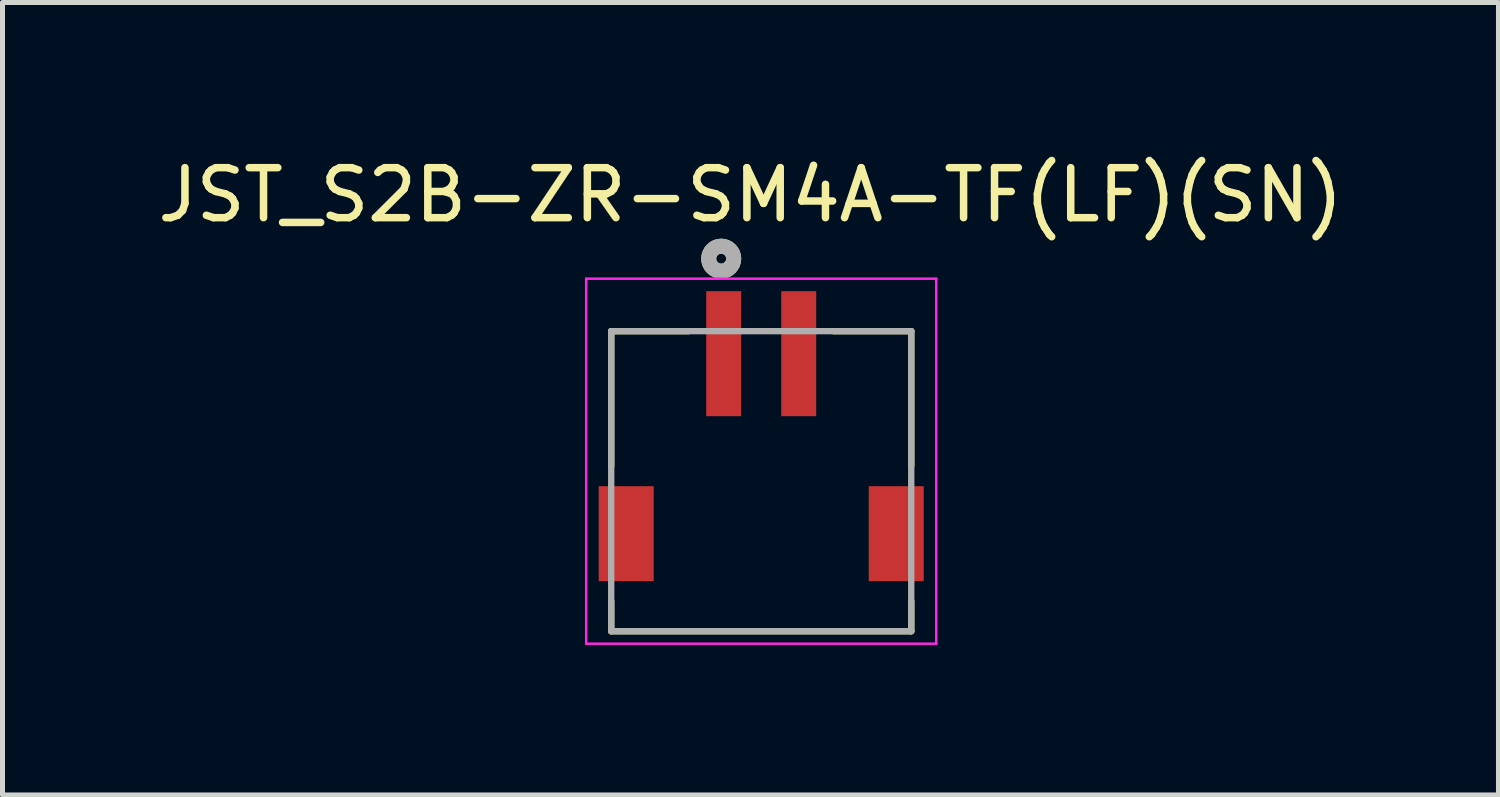
<source format=kicad_pcb>
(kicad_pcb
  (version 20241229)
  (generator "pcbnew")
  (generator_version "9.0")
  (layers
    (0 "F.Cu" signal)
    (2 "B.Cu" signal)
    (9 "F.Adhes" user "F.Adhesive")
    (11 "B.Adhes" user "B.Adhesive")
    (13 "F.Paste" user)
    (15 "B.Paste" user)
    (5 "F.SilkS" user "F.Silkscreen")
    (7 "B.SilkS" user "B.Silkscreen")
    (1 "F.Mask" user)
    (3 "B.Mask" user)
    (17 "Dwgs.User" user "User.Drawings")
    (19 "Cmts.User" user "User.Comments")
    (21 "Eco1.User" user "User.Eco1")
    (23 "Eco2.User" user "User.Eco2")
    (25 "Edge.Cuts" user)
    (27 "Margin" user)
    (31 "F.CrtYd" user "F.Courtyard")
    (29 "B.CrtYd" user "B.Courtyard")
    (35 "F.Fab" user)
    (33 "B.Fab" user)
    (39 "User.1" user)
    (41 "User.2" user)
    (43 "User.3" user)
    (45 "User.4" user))
  (footprint "JST_S2B-ZR-SM4A-TF(LF)(SN)"
    (layer "F.Cu")
    (at 12.173 6.173)
    (property "Reference" "JST_S2B-ZR-SM4A-TF(LF)(SN)" (at -0.215 -5.325 0) (layer "F.SilkS") (effects (font (size 1 1) (thickness 0.15))))
    (attr through_hole)
    (fp_line (start -3 -2.6) (end -3 0.1) (stroke (width 0.127) (type solid)) (layer "F.SilkS"))
    (fp_line (start -3 2.8) (end -3 3.4) (stroke (width 0.127) (type solid)) (layer "F.SilkS"))
    (fp_line (start -3 3.4) (end 3 3.4) (stroke (width 0.127) (type solid)) (layer "F.SilkS"))
    (fp_line (start -1.45 -2.6) (end -3 -2.6) (stroke (width 0.127) (type solid)) (layer "F.SilkS"))
    (fp_line (start 1.45 -2.6) (end 3 -2.6) (stroke (width 0.127) (type solid)) (layer "F.SilkS"))
    (fp_line (start 3 -2.6) (end 3 0.1) (stroke (width 0.127) (type solid)) (layer "F.SilkS"))
    (fp_line (start 3 3.4) (end 3 2.8) (stroke (width 0.127) (type solid)) (layer "F.SilkS"))
    (fp_circle (center -0.8 -4.05) (end -0.7 -4.05) (stroke (width 0.3) (type solid)) (fill no) (layer "F.SilkS"))
    (fp_line (start -3.5 -3.65) (end 3.5 -3.65) (stroke (width 0.05) (type solid)) (layer "F.CrtYd"))
    (fp_line (start -3.5 3.65) (end -3.5 -3.65) (stroke (width 0.05) (type solid)) (layer "F.CrtYd"))
    (fp_line (start 3.5 -3.65) (end 3.5 3.65) (stroke (width 0.05) (type solid)) (layer "F.CrtYd"))
    (fp_line (start 3.5 3.65) (end -3.5 3.65) (stroke (width 0.05) (type solid)) (layer "F.CrtYd"))
    (fp_line (start -3 -2.6) (end 3 -2.6) (stroke (width 0.127) (type solid)) (layer "F.Fab"))
    (fp_line (start -3 3.4) (end -3 -2.6) (stroke (width 0.127) (type solid)) (layer "F.Fab"))
    (fp_line (start 3 -2.6) (end 3 3.4) (stroke (width 0.127) (type solid)) (layer "F.Fab"))
    (fp_line (start 3 3.4) (end -3 3.4) (stroke (width 0.127) (type solid)) (layer "F.Fab"))
    (fp_circle (center -0.8 -4.05) (end -0.7 -4.05) (stroke (width 0.3) (type solid)) (fill no) (layer "F.Fab"))
    (pad "1" smd rect (at -0.75 -2.15) (size 0.7 2.5) (layers "F.Cu" "F.Mask" "F.Paste"))
    (pad "2" smd rect (at 0.75 -2.15) (size 0.7 2.5) (layers "F.Cu" "F.Mask" "F.Paste"))
    (pad "S1" smd rect (at -2.7 1.45) (size 1.1 1.9) (layers "F.Cu" "F.Mask" "F.Paste"))
    (pad "S2" smd rect (at 2.7 1.45) (size 1.1 1.9) (layers "F.Cu" "F.Mask" "F.Paste")))
  (gr_rect
    (start -3 -3)
    (end 26.917 12.848)
    (stroke (width 0.1) (type default))
    (fill no)
    (layer "Edge.Cuts")))
</source>
